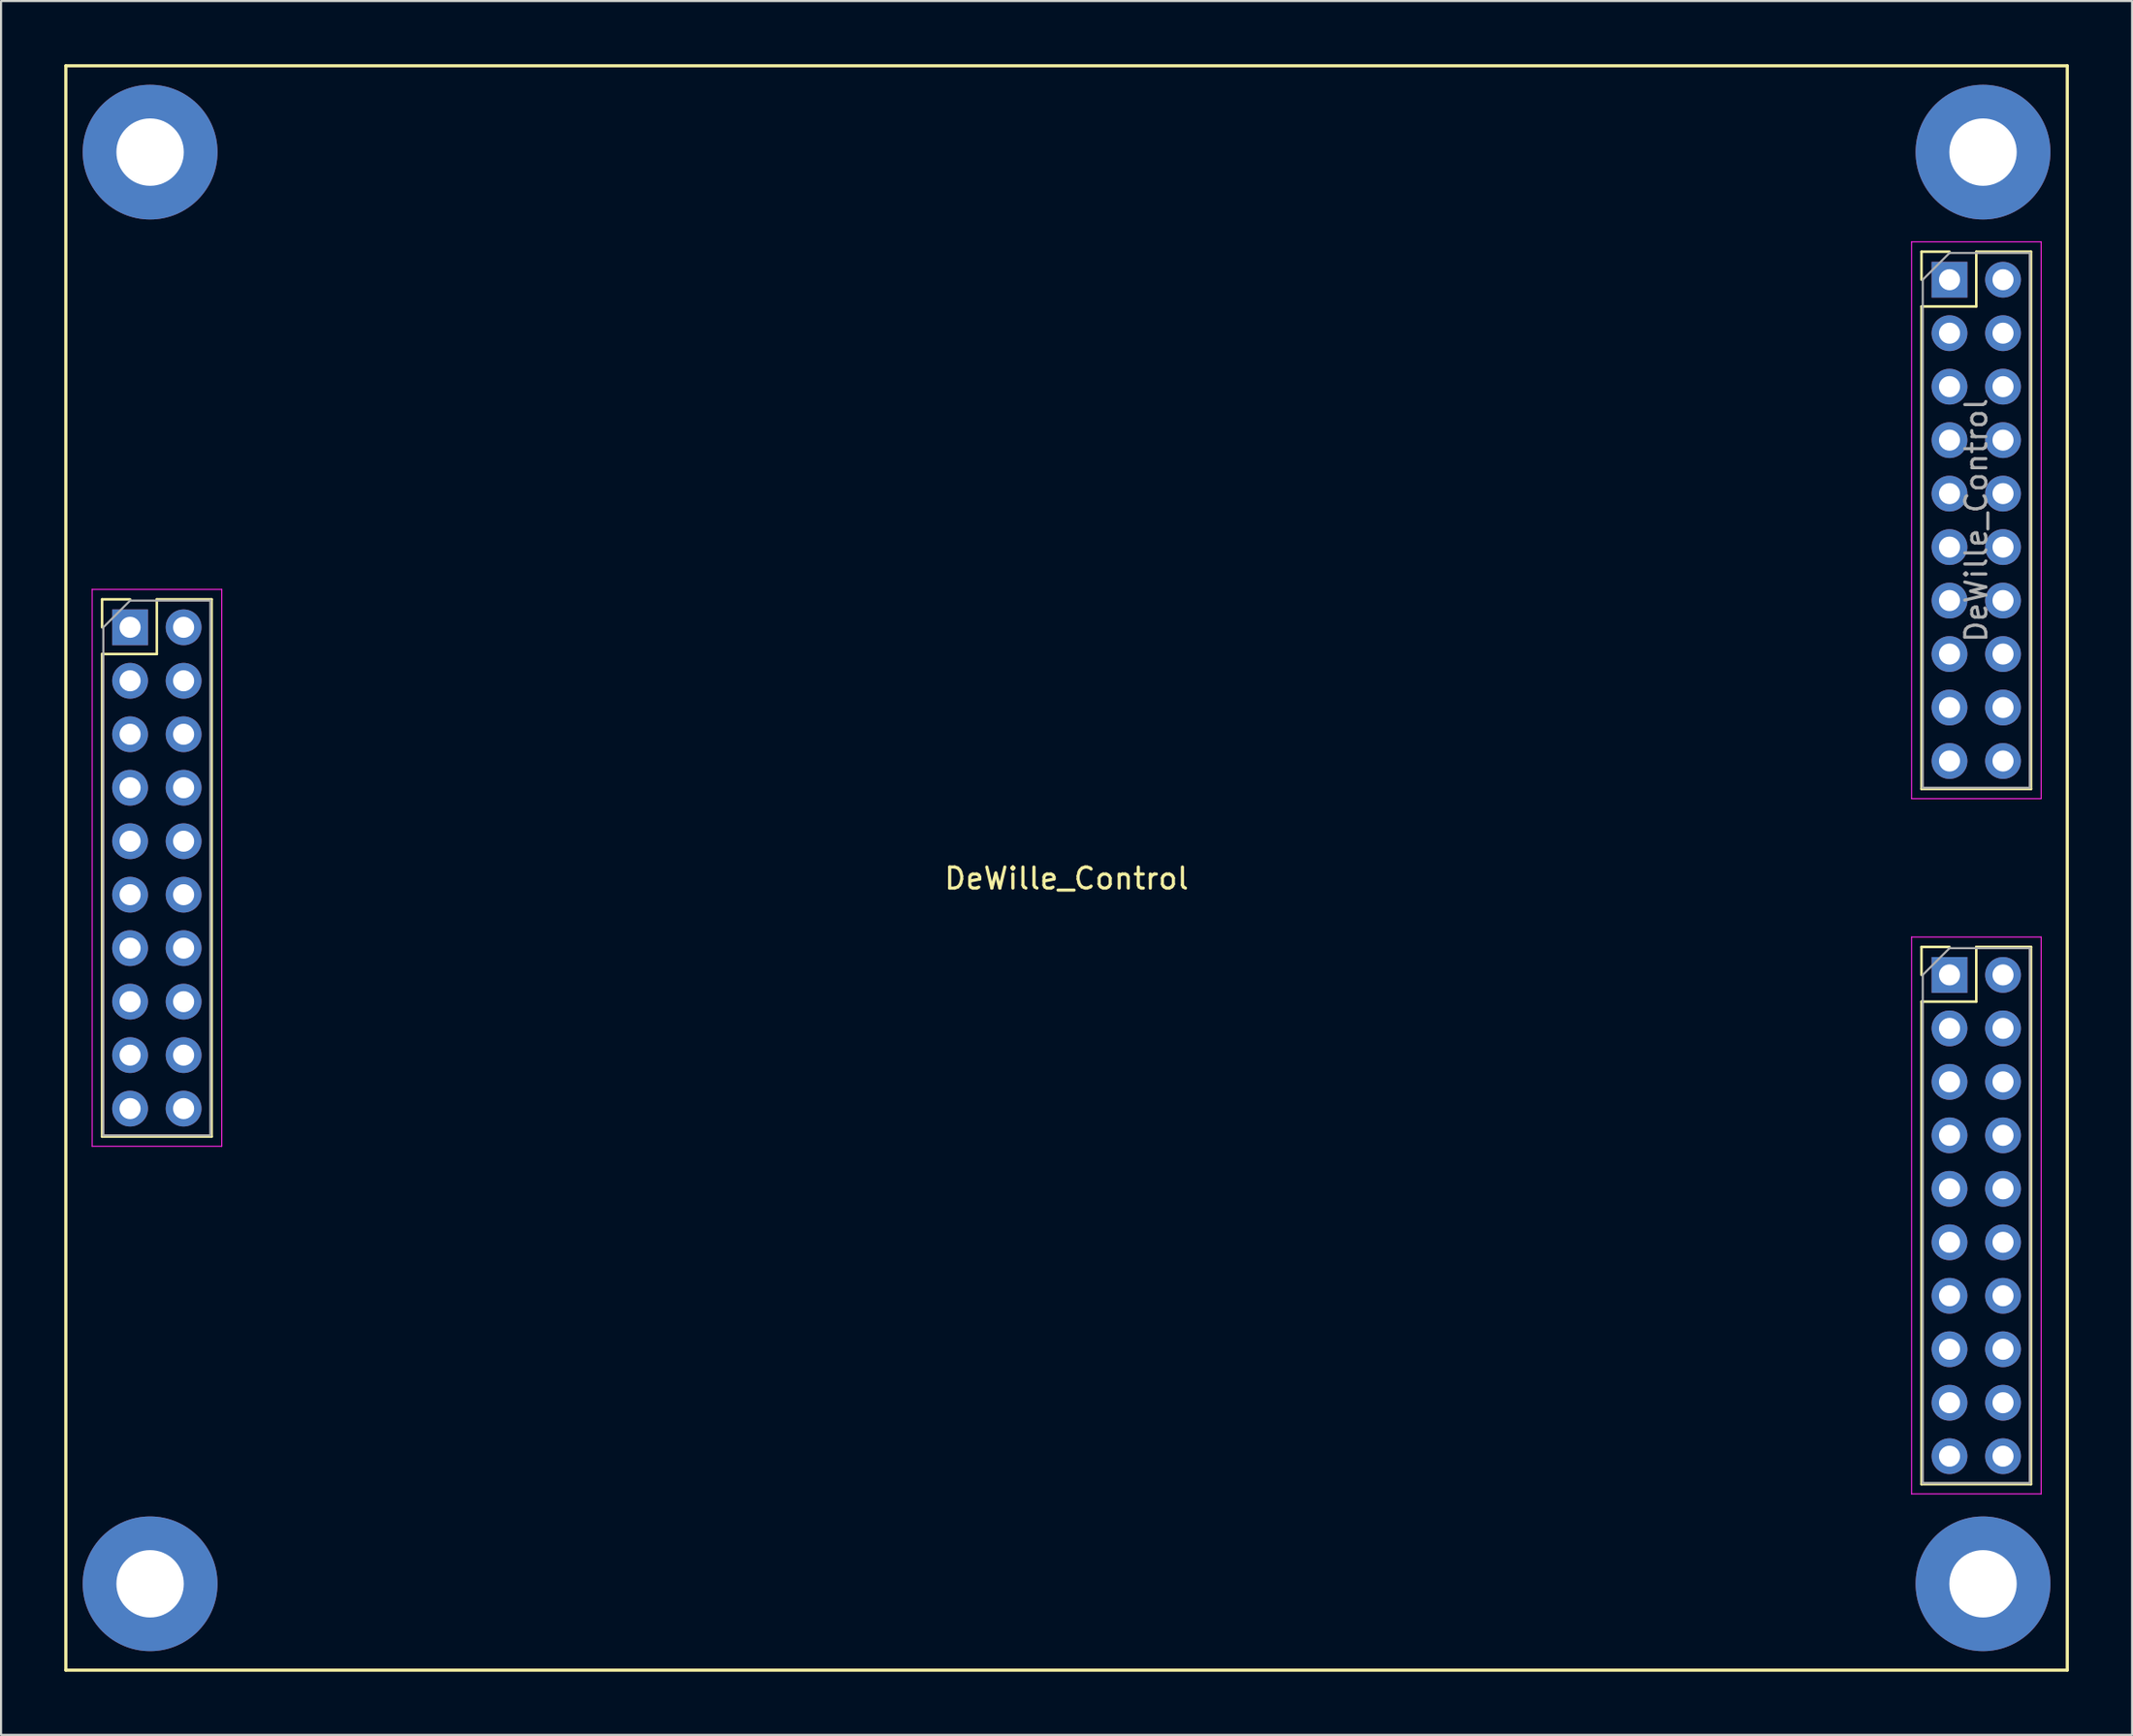
<source format=kicad_pcb>
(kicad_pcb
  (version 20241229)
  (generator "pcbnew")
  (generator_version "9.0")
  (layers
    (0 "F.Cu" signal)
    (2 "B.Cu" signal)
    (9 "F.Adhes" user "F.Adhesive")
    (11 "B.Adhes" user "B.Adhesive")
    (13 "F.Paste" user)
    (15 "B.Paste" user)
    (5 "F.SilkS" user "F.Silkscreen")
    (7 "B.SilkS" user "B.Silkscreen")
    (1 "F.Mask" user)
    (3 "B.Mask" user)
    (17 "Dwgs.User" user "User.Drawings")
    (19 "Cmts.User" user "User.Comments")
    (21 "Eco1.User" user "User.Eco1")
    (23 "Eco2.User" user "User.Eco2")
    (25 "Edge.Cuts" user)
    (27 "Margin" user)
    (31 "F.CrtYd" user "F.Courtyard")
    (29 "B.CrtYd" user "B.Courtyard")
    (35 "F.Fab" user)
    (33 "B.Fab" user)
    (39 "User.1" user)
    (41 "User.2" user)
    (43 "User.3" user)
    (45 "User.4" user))
  (footprint "DeWille_Control"
    (layer "F.Cu")
    (at 47.575 38.175)
    (property "Reference" "DeWille_Control" (at 0 0.5 0) (layer "F.SilkS") (effects (font (size 1 1) (thickness 0.15))))
    (attr through_hole)
    (fp_line (start -47.5 -38.1) (end -47.5 38.1) (stroke (width 0.15) (type solid)) (layer "F.SilkS"))
    (fp_line (start -47.5 38.1) (end 47.5 38.1) (stroke (width 0.15) (type solid)) (layer "F.SilkS"))
    (fp_line (start -45.78 -12.76) (end -44.45 -12.76) (stroke (width 0.12) (type solid)) (layer "F.SilkS"))
    (fp_line (start -45.78 -11.43) (end -45.78 -12.76) (stroke (width 0.12) (type solid)) (layer "F.SilkS"))
    (fp_line (start -45.78 -10.16) (end -45.78 12.76) (stroke (width 0.12) (type solid)) (layer "F.SilkS"))
    (fp_line (start -45.78 -10.16) (end -43.18 -10.16) (stroke (width 0.12) (type solid)) (layer "F.SilkS"))
    (fp_line (start -45.78 12.76) (end -40.58 12.76) (stroke (width 0.12) (type solid)) (layer "F.SilkS"))
    (fp_line (start -43.18 -12.76) (end -40.58 -12.76) (stroke (width 0.12) (type solid)) (layer "F.SilkS"))
    (fp_line (start -43.18 -10.16) (end -43.18 -12.76) (stroke (width 0.12) (type solid)) (layer "F.SilkS"))
    (fp_line (start -40.58 -12.76) (end -40.58 12.76) (stroke (width 0.12) (type solid)) (layer "F.SilkS"))
    (fp_line (start 40.58 -29.27) (end 41.91 -29.27) (stroke (width 0.12) (type solid)) (layer "F.SilkS"))
    (fp_line (start 40.58 -27.94) (end 40.58 -29.27) (stroke (width 0.12) (type solid)) (layer "F.SilkS"))
    (fp_line (start 40.58 -26.67) (end 40.58 -3.75) (stroke (width 0.12) (type solid)) (layer "F.SilkS"))
    (fp_line (start 40.58 -26.67) (end 43.18 -26.67) (stroke (width 0.12) (type solid)) (layer "F.SilkS"))
    (fp_line (start 40.58 -3.75) (end 45.78 -3.75) (stroke (width 0.12) (type solid)) (layer "F.SilkS"))
    (fp_line (start 40.58 3.75) (end 41.91 3.75) (stroke (width 0.12) (type solid)) (layer "F.SilkS"))
    (fp_line (start 40.58 5.08) (end 40.58 3.75) (stroke (width 0.12) (type solid)) (layer "F.SilkS"))
    (fp_line (start 40.58 6.35) (end 40.58 29.27) (stroke (width 0.12) (type solid)) (layer "F.SilkS"))
    (fp_line (start 40.58 6.35) (end 43.18 6.35) (stroke (width 0.12) (type solid)) (layer "F.SilkS"))
    (fp_line (start 40.58 29.27) (end 45.78 29.27) (stroke (width 0.12) (type solid)) (layer "F.SilkS"))
    (fp_line (start 43.18 -29.27) (end 45.78 -29.27) (stroke (width 0.12) (type solid)) (layer "F.SilkS"))
    (fp_line (start 43.18 -26.67) (end 43.18 -29.27) (stroke (width 0.12) (type solid)) (layer "F.SilkS"))
    (fp_line (start 43.18 3.75) (end 45.78 3.75) (stroke (width 0.12) (type solid)) (layer "F.SilkS"))
    (fp_line (start 43.18 6.35) (end 43.18 3.75) (stroke (width 0.12) (type solid)) (layer "F.SilkS"))
    (fp_line (start 45.78 -29.27) (end 45.78 -3.75) (stroke (width 0.12) (type solid)) (layer "F.SilkS"))
    (fp_line (start 45.78 3.75) (end 45.78 29.27) (stroke (width 0.12) (type solid)) (layer "F.SilkS"))
    (fp_line (start 47.5 -38.1) (end -47.5 -38.1) (stroke (width 0.15) (type solid)) (layer "F.SilkS"))
    (fp_line (start 47.5 -38.1) (end 47.5 38.1) (stroke (width 0.15) (type solid)) (layer "F.SilkS"))
    (fp_line (start -46.25 -13.23) (end -46.25 13.22) (stroke (width 0.05) (type solid)) (layer "F.CrtYd"))
    (fp_line (start -46.25 13.22) (end -40.1 13.22) (stroke (width 0.05) (type solid)) (layer "F.CrtYd"))
    (fp_line (start -40.1 -13.23) (end -46.25 -13.23) (stroke (width 0.05) (type solid)) (layer "F.CrtYd"))
    (fp_line (start -40.1 13.22) (end -40.1 -13.23) (stroke (width 0.05) (type solid)) (layer "F.CrtYd"))
    (fp_line (start 40.11 -29.74) (end 40.11 -3.29) (stroke (width 0.05) (type solid)) (layer "F.CrtYd"))
    (fp_line (start 40.11 -3.29) (end 46.26 -3.29) (stroke (width 0.05) (type solid)) (layer "F.CrtYd"))
    (fp_line (start 40.11 3.28) (end 40.11 29.73) (stroke (width 0.05) (type solid)) (layer "F.CrtYd"))
    (fp_line (start 40.11 29.73) (end 46.26 29.73) (stroke (width 0.05) (type solid)) (layer "F.CrtYd"))
    (fp_line (start 46.26 -29.74) (end 40.11 -29.74) (stroke (width 0.05) (type solid)) (layer "F.CrtYd"))
    (fp_line (start 46.26 -3.29) (end 46.26 -29.74) (stroke (width 0.05) (type solid)) (layer "F.CrtYd"))
    (fp_line (start 46.26 3.28) (end 40.11 3.28) (stroke (width 0.05) (type solid)) (layer "F.CrtYd"))
    (fp_line (start 46.26 29.73) (end 46.26 3.28) (stroke (width 0.05) (type solid)) (layer "F.CrtYd"))
    (fp_line (start -45.72 -11.43) (end -44.45 -12.7) (stroke (width 0.1) (type solid)) (layer "F.Fab"))
    (fp_line (start -45.72 12.7) (end -45.72 -11.43) (stroke (width 0.1) (type solid)) (layer "F.Fab"))
    (fp_line (start -44.45 -12.7) (end -40.64 -12.7) (stroke (width 0.1) (type solid)) (layer "F.Fab"))
    (fp_line (start -40.64 -12.7) (end -40.64 12.7) (stroke (width 0.1) (type solid)) (layer "F.Fab"))
    (fp_line (start -40.64 12.7) (end -45.72 12.7) (stroke (width 0.1) (type solid)) (layer "F.Fab"))
    (fp_line (start 40.64 -27.94) (end 41.91 -29.21) (stroke (width 0.1) (type solid)) (layer "F.Fab"))
    (fp_line (start 40.64 -3.81) (end 40.64 -27.94) (stroke (width 0.1) (type solid)) (layer "F.Fab"))
    (fp_line (start 40.64 5.08) (end 41.91 3.81) (stroke (width 0.1) (type solid)) (layer "F.Fab"))
    (fp_line (start 40.64 29.21) (end 40.64 5.08) (stroke (width 0.1) (type solid)) (layer "F.Fab"))
    (fp_line (start 41.91 -29.21) (end 45.72 -29.21) (stroke (width 0.1) (type solid)) (layer "F.Fab"))
    (fp_line (start 41.91 3.81) (end 45.72 3.81) (stroke (width 0.1) (type solid)) (layer "F.Fab"))
    (fp_line (start 45.72 -29.21) (end 45.72 -3.81) (stroke (width 0.1) (type solid)) (layer "F.Fab"))
    (fp_line (start 45.72 -3.81) (end 40.64 -3.81) (stroke (width 0.1) (type solid)) (layer "F.Fab"))
    (fp_line (start 45.72 3.81) (end 45.72 29.21) (stroke (width 0.1) (type solid)) (layer "F.Fab"))
    (fp_line (start 45.72 29.21) (end 40.64 29.21) (stroke (width 0.1) (type solid)) (layer "F.Fab"))
    (fp_text user "${REFERENCE}" (at 43.18 -16.51 90) (layer "F.Fab") (effects (font (size 1 1) (thickness 0.15))))
    (pad "0" thru_hole circle (at -43.5 -34) (size 6.4 6.4) (drill 3.2) (layers "*.Cu" "*.Mask"))
    (pad "0" thru_hole circle (at -43.5 34) (size 6.4 6.4) (drill 3.2) (layers "*.Cu" "*.Mask"))
    (pad "0" thru_hole circle (at 43.5 -34) (size 6.4 6.4) (drill 3.2) (layers "*.Cu" "*.Mask"))
    (pad "0" thru_hole circle (at 43.5 34) (size 6.4 6.4) (drill 3.2) (layers "*.Cu" "*.Mask"))
    (pad "2" thru_hole oval (at -41.91 -11.43) (size 1.7 1.7) (drill 1) (layers "*.Cu" "*.Mask"))
    (pad "4" thru_hole oval (at -41.91 -8.89) (size 1.7 1.7) (drill 1) (layers "*.Cu" "*.Mask"))
    (pad "6" thru_hole oval (at -41.91 -6.35) (size 1.7 1.7) (drill 1) (layers "*.Cu" "*.Mask"))
    (pad "8" thru_hole oval (at -41.91 -3.81) (size 1.7 1.7) (drill 1) (layers "*.Cu" "*.Mask"))
    (pad "10" thru_hole oval (at -41.91 -1.27) (size 1.7 1.7) (drill 1) (layers "*.Cu" "*.Mask"))
    (pad "12" thru_hole oval (at -41.91 1.27) (size 1.7 1.7) (drill 1) (layers "*.Cu" "*.Mask"))
    (pad "14" thru_hole oval (at -41.91 3.81) (size 1.7 1.7) (drill 1) (layers "*.Cu" "*.Mask"))
    (pad "16" thru_hole oval (at -41.91 6.35) (size 1.7 1.7) (drill 1) (layers "*.Cu" "*.Mask"))
    (pad "18" thru_hole oval (at -41.91 8.89) (size 1.7 1.7) (drill 1) (layers "*.Cu" "*.Mask"))
    (pad "20" thru_hole oval (at -41.91 11.43) (size 1.7 1.7) (drill 1) (layers "*.Cu" "*.Mask"))
    (pad "22" thru_hole oval (at 44.45 -27.94) (size 1.7 1.7) (drill 1) (layers "*.Cu" "*.Mask"))
    (pad "26" thru_hole oval (at 44.45 -22.86) (size 1.7 1.7) (drill 1) (layers "*.Cu" "*.Mask"))
    (pad "28" thru_hole oval (at 44.45 -20.32) (size 1.7 1.7) (drill 1) (layers "*.Cu" "*.Mask"))
    (pad "30" thru_hole oval (at 44.45 -17.78) (size 1.7 1.7) (drill 1) (layers "*.Cu" "*.Mask"))
    (pad "32" thru_hole oval (at 44.45 -15.24) (size 1.7 1.7) (drill 1) (layers "*.Cu" "*.Mask"))
    (pad "34" thru_hole oval (at 44.45 -12.7) (size 1.7 1.7) (drill 1) (layers "*.Cu" "*.Mask"))
    (pad "36" thru_hole oval (at 44.45 -10.16) (size 1.7 1.7) (drill 1) (layers "*.Cu" "*.Mask"))
    (pad "38" thru_hole oval (at 44.45 -7.62) (size 1.7 1.7) (drill 1) (layers "*.Cu" "*.Mask"))
    (pad "40" thru_hole oval (at 44.45 -5.08) (size 1.7 1.7) (drill 1) (layers "*.Cu" "*.Mask"))
    (pad "42" thru_hole oval (at 44.45 5.08) (size 1.7 1.7) (drill 1) (layers "*.Cu" "*.Mask"))
    (pad "46" thru_hole oval (at 44.45 10.16) (size 1.7 1.7) (drill 1) (layers "*.Cu" "*.Mask"))
    (pad "48" thru_hole oval (at 44.45 12.7) (size 1.7 1.7) (drill 1) (layers "*.Cu" "*.Mask"))
    (pad "50" thru_hole oval (at 44.45 15.24) (size 1.7 1.7) (drill 1) (layers "*.Cu" "*.Mask"))
    (pad "52" thru_hole oval (at 44.45 17.78) (size 1.7 1.7) (drill 1) (layers "*.Cu" "*.Mask"))
    (pad "54" thru_hole oval (at 44.45 20.32) (size 1.7 1.7) (drill 1) (layers "*.Cu" "*.Mask"))
    (pad "56" thru_hole oval (at 44.45 22.86) (size 1.7 1.7) (drill 1) (layers "*.Cu" "*.Mask"))
    (pad "58" thru_hole oval (at 44.45 25.4) (size 1.7 1.7) (drill 1) (layers "*.Cu" "*.Mask"))
    (pad "60" thru_hole oval (at 44.45 27.94) (size 1.7 1.7) (drill 1) (layers "*.Cu" "*.Mask"))
    (pad "100" thru_hole oval (at -44.45 -8.89) (size 1.7 1.7) (drill 1) (layers "*.Cu" "*.Mask"))
    (pad "100" thru_hole oval (at -44.45 -6.35) (size 1.7 1.7) (drill 1) (layers "*.Cu" "*.Mask"))
    (pad "100" thru_hole oval (at -44.45 -3.81) (size 1.7 1.7) (drill 1) (layers "*.Cu" "*.Mask"))
    (pad "100" thru_hole oval (at -44.45 -1.27) (size 1.7 1.7) (drill 1) (layers "*.Cu" "*.Mask"))
    (pad "100" thru_hole oval (at -44.45 1.27) (size 1.7 1.7) (drill 1) (layers "*.Cu" "*.Mask"))
    (pad "100" thru_hole oval (at -44.45 3.81) (size 1.7 1.7) (drill 1) (layers "*.Cu" "*.Mask"))
    (pad "100" thru_hole oval (at -44.45 6.35) (size 1.7 1.7) (drill 1) (layers "*.Cu" "*.Mask"))
    (pad "100" thru_hole oval (at -44.45 8.89) (size 1.7 1.7) (drill 1) (layers "*.Cu" "*.Mask"))
    (pad "100" thru_hole rect (at 41.91 -27.94) (size 1.7 1.7) (drill 1) (layers "*.Cu" "*.Mask"))
    (pad "100" thru_hole oval (at 41.91 -25.4) (size 1.7 1.7) (drill 1) (layers "*.Cu" "*.Mask"))
    (pad "100" thru_hole oval (at 41.91 -22.86) (size 1.7 1.7) (drill 1) (layers "*.Cu" "*.Mask"))
    (pad "100" thru_hole oval (at 41.91 -20.32) (size 1.7 1.7) (drill 1) (layers "*.Cu" "*.Mask"))
    (pad "100" thru_hole oval (at 41.91 -17.78) (size 1.7 1.7) (drill 1) (layers "*.Cu" "*.Mask"))
    (pad "100" thru_hole oval (at 41.91 -15.24) (size 1.7 1.7) (drill 1) (layers "*.Cu" "*.Mask"))
    (pad "100" thru_hole oval (at 41.91 -12.7) (size 1.7 1.7) (drill 1) (layers "*.Cu" "*.Mask"))
    (pad "100" thru_hole oval (at 41.91 -10.16) (size 1.7 1.7) (drill 1) (layers "*.Cu" "*.Mask"))
    (pad "100" thru_hole oval (at 41.91 -7.62) (size 1.7 1.7) (drill 1) (layers "*.Cu" "*.Mask"))
    (pad "100" thru_hole oval (at 41.91 -5.08) (size 1.7 1.7) (drill 1) (layers "*.Cu" "*.Mask"))
    (pad "100" thru_hole rect (at 41.91 5.08) (size 1.7 1.7) (drill 1) (layers "*.Cu" "*.Mask"))
    (pad "100" thru_hole oval (at 41.91 7.62) (size 1.7 1.7) (drill 1) (layers "*.Cu" "*.Mask"))
    (pad "100" thru_hole oval (at 41.91 10.16) (size 1.7 1.7) (drill 1) (layers "*.Cu" "*.Mask"))
    (pad "100" thru_hole oval (at 41.91 12.7) (size 1.7 1.7) (drill 1) (layers "*.Cu" "*.Mask"))
    (pad "100" thru_hole oval (at 41.91 15.24) (size 1.7 1.7) (drill 1) (layers "*.Cu" "*.Mask"))
    (pad "100" thru_hole oval (at 41.91 17.78) (size 1.7 1.7) (drill 1) (layers "*.Cu" "*.Mask"))
    (pad "100" thru_hole oval (at 41.91 20.32) (size 1.7 1.7) (drill 1) (layers "*.Cu" "*.Mask"))
    (pad "100" thru_hole oval (at 41.91 22.86) (size 1.7 1.7) (drill 1) (layers "*.Cu" "*.Mask"))
    (pad "100" thru_hole oval (at 41.91 25.4) (size 1.7 1.7) (drill 1) (layers "*.Cu" "*.Mask"))
    (pad "100" thru_hole oval (at 41.91 27.94) (size 1.7 1.7) (drill 1) (layers "*.Cu" "*.Mask"))
    (pad "100" thru_hole oval (at 44.45 -25.4) (size 1.7 1.7) (drill 1) (layers "*.Cu" "*.Mask"))
    (pad "100" thru_hole oval (at 44.45 7.62) (size 1.7 1.7) (drill 1) (layers "*.Cu" "*.Mask"))
    (pad "101" thru_hole rect (at -44.45 -11.43) (size 1.7 1.7) (drill 1) (layers "*.Cu" "*.Mask"))
    (pad "101" thru_hole oval (at -44.45 11.43) (size 1.7 1.7) (drill 1) (layers "*.Cu" "*.Mask")))
  (gr_rect
    (start -3 -3)
    (end 98.15 79.35)
    (stroke (width 0.1) (type default))
    (fill no)
    (layer "Edge.Cuts")))
</source>
